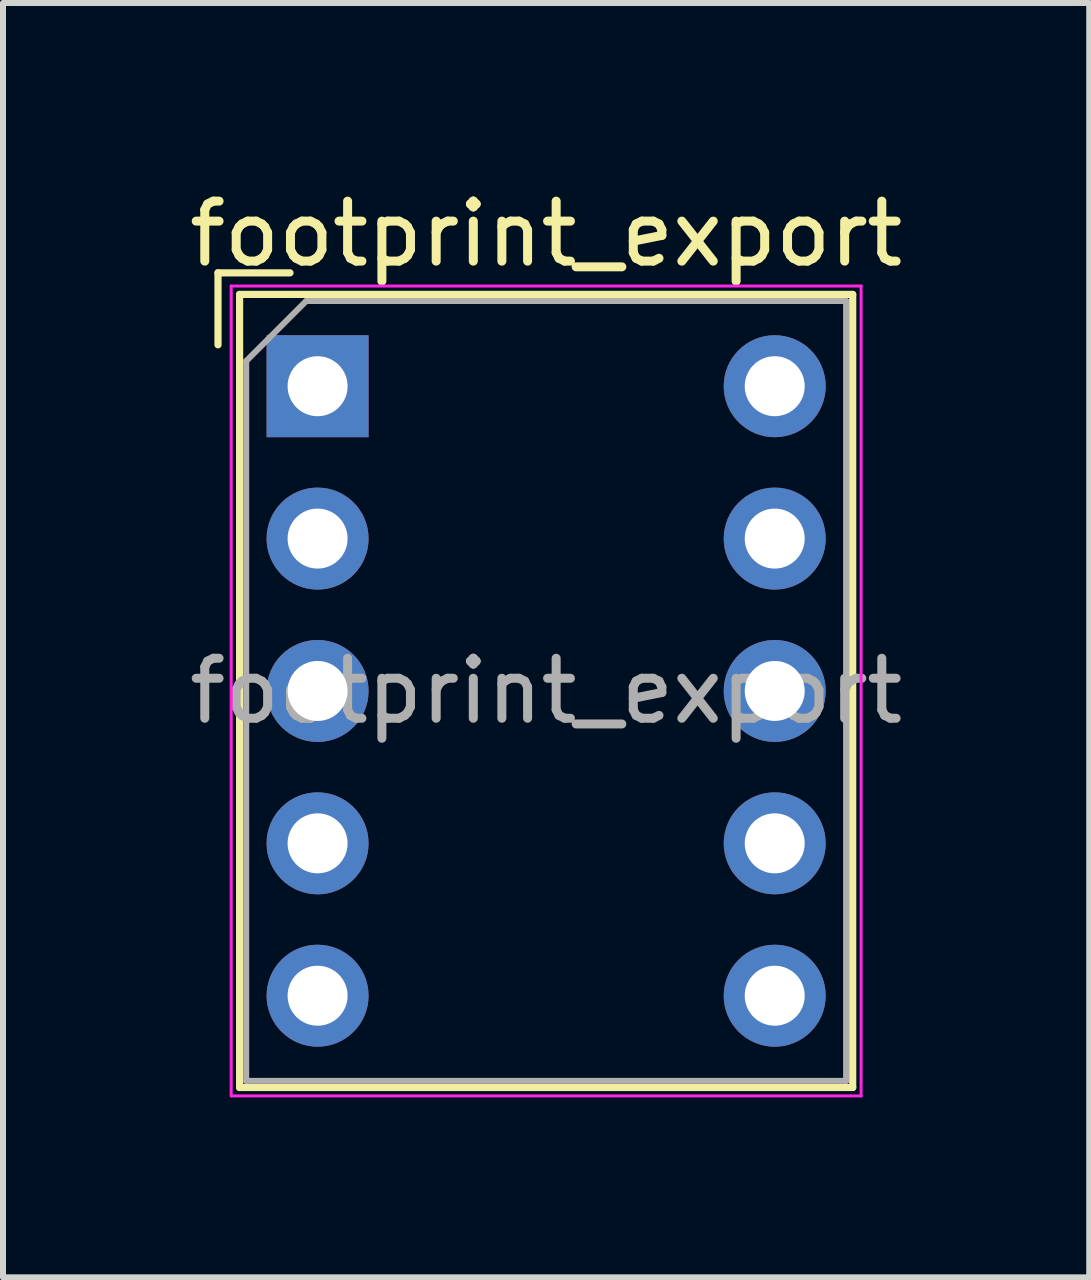
<source format=kicad_pcb>
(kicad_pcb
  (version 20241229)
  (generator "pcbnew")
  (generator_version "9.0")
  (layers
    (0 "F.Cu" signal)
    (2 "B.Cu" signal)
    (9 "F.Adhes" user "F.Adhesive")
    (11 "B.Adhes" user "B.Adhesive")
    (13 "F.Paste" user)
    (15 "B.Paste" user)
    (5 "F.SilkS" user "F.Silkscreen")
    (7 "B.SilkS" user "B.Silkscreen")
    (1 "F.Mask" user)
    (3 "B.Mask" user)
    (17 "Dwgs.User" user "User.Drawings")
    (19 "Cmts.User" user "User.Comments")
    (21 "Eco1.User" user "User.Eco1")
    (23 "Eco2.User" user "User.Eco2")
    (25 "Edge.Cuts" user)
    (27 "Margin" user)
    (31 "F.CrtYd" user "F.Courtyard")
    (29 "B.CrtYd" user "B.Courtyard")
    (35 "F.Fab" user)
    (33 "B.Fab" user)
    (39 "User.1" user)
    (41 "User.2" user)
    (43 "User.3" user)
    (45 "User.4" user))
  (footprint "footprint_export"
    (layer "F.Cu")
    (at 2.244 3.388)
    (property "Reference" "footprint_export" (at 3.81 -2.54 0) (layer "F.SilkS") (effects (font (size 1 1) (thickness 0.15))))
    (attr through_hole)
    (fp_line (start -1.66 -1.89) (end -0.46 -1.89) (stroke (width 0.12) (type solid)) (layer "F.SilkS"))
    (fp_line (start -1.66 -0.69) (end -1.66 -1.89) (stroke (width 0.12) (type solid)) (layer "F.SilkS"))
    (fp_line (start -1.3 -1.53) (end -1.3 11.69) (stroke (width 0.12) (type solid)) (layer "F.SilkS"))
    (fp_line (start -1.3 11.69) (end 8.92 11.69) (stroke (width 0.12) (type solid)) (layer "F.SilkS"))
    (fp_line (start 8.92 -1.53) (end -1.3 -1.53) (stroke (width 0.12) (type solid)) (layer "F.SilkS"))
    (fp_line (start 8.92 11.69) (end 8.92 -1.53) (stroke (width 0.12) (type solid)) (layer "F.SilkS"))
    (fp_line (start -1.44 -1.67) (end 9.06 -1.67) (stroke (width 0.05) (type solid)) (layer "F.CrtYd"))
    (fp_line (start -1.44 11.83) (end -1.44 -1.67) (stroke (width 0.05) (type solid)) (layer "F.CrtYd"))
    (fp_line (start 9.06 -1.67) (end 9.06 11.83) (stroke (width 0.05) (type solid)) (layer "F.CrtYd"))
    (fp_line (start 9.06 11.83) (end -1.44 11.83) (stroke (width 0.05) (type solid)) (layer "F.CrtYd"))
    (fp_line (start -1.19 -0.42) (end -0.19 -1.42) (stroke (width 0.1) (type solid)) (layer "F.Fab"))
    (fp_line (start -1.19 11.58) (end -1.19 -0.42) (stroke (width 0.1) (type solid)) (layer "F.Fab"))
    (fp_line (start -0.19 -1.42) (end 8.81 -1.42) (stroke (width 0.1) (type solid)) (layer "F.Fab"))
    (fp_line (start 8.81 -1.42) (end 8.81 11.58) (stroke (width 0.1) (type solid)) (layer "F.Fab"))
    (fp_line (start 8.81 11.58) (end -1.19 11.58) (stroke (width 0.1) (type solid)) (layer "F.Fab"))
    (fp_text user "${REFERENCE}" (at 3.81 5.08 0) (layer "F.Fab") (effects (font (size 1 1) (thickness 0.15))))
    (pad "1" thru_hole rect (at 0 0) (size 1.7 1.7) (drill 1) (layers "*.Cu" "*.Mask"))
    (pad "2" thru_hole circle (at 0 2.54) (size 1.7 1.7) (drill 1) (layers "*.Cu" "*.Mask"))
    (pad "3" thru_hole circle (at 0 5.08) (size 1.7 1.7) (drill 1) (layers "*.Cu" "*.Mask"))
    (pad "4" thru_hole circle (at 0 7.62) (size 1.7 1.7) (drill 1) (layers "*.Cu" "*.Mask"))
    (pad "5" thru_hole circle (at 0 10.16) (size 1.7 1.7) (drill 1) (layers "*.Cu" "*.Mask"))
    (pad "6" thru_hole circle (at 7.62 10.16) (size 1.7 1.7) (drill 1) (layers "*.Cu" "*.Mask"))
    (pad "7" thru_hole circle (at 7.62 7.62) (size 1.7 1.7) (drill 1) (layers "*.Cu" "*.Mask"))
    (pad "8" thru_hole circle (at 7.62 5.08) (size 1.7 1.7) (drill 1) (layers "*.Cu" "*.Mask"))
    (pad "9" thru_hole circle (at 7.62 2.54) (size 1.7 1.7) (drill 1) (layers "*.Cu" "*.Mask"))
    (pad "10" thru_hole circle (at 7.62 0) (size 1.7 1.7) (drill 1) (layers "*.Cu" "*.Mask")))
  (gr_rect
    (start -3 -3)
    (end 15.107 18.243)
    (stroke (width 0.1) (type default))
    (fill no)
    (layer "Edge.Cuts")))
</source>
